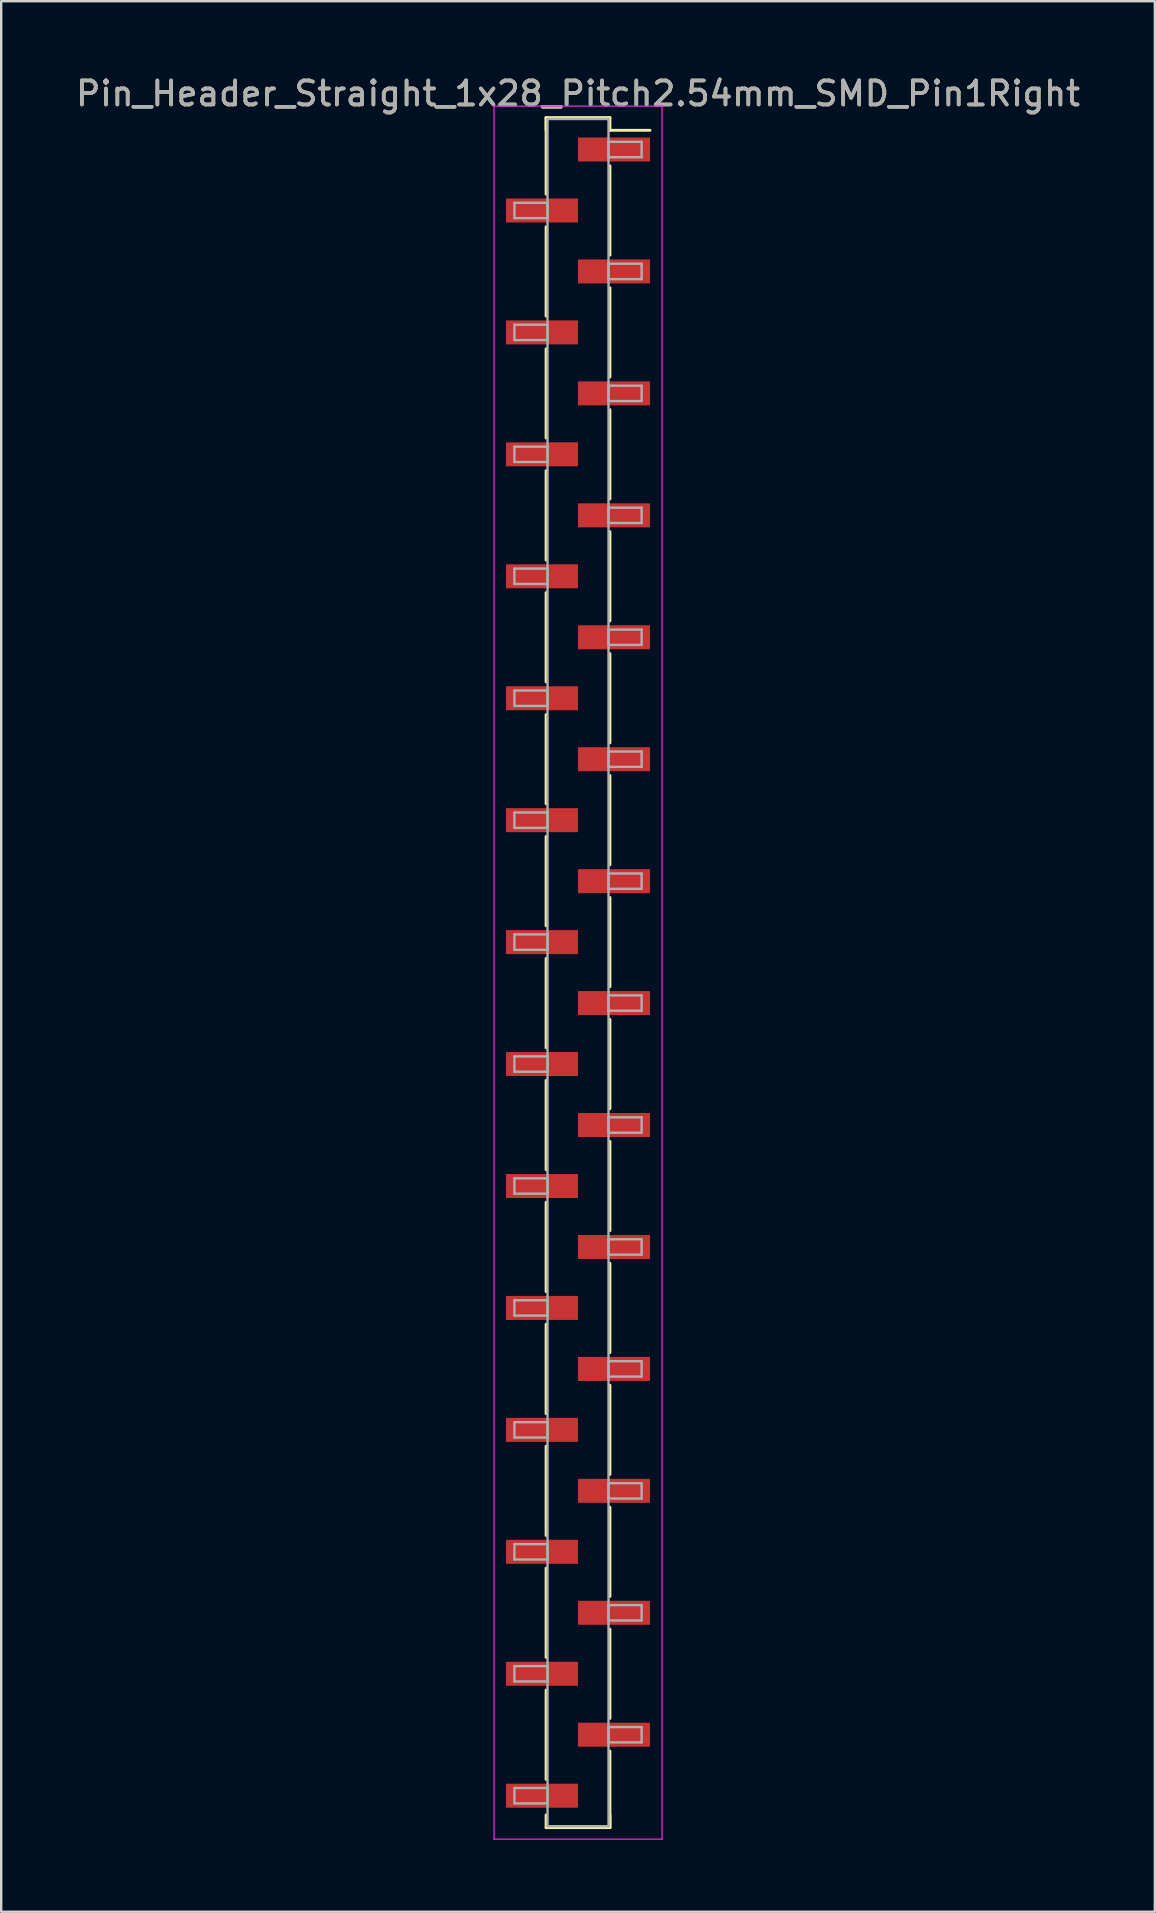
<source format=kicad_pcb>
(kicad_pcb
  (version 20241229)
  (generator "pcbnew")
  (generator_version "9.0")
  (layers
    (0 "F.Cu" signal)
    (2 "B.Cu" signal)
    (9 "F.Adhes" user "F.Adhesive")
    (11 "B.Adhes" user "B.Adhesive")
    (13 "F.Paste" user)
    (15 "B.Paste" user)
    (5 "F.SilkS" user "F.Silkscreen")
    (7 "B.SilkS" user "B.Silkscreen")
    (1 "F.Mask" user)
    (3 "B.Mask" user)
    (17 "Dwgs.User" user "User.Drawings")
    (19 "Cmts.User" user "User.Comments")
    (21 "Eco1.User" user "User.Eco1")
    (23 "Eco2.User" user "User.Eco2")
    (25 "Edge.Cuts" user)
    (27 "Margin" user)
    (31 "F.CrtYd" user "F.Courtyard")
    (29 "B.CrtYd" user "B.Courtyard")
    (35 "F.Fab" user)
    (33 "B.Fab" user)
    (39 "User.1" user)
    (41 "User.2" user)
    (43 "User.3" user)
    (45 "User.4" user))
  (footprint "Pin_Header_Straight_1x28_Pitch2.54mm_SMD_Pin1Right"
    (layer "F.Cu")
    (at 21.03 37.468)
    (property "Reference" "Pin_Header_Straight_1x28_Pitch2.54mm_SMD_Pin1Right" (at 0 -36.62 0) (layer "F.SilkS") (effects (font (size 1 1) (thickness 0.15))))
    (attr smd)
    (fp_line (start -1.33 -35.62) (end -1.33 -32.43) (stroke (width 0.12) (type solid)) (layer "F.SilkS"))
    (fp_line (start -1.33 -35.62) (end 1.33 -35.62) (stroke (width 0.12) (type solid)) (layer "F.SilkS"))
    (fp_line (start -1.33 -35.09) (end -1.33 -35.62) (stroke (width 0.12) (type solid)) (layer "F.SilkS"))
    (fp_line (start -1.33 -31.07) (end -1.33 -27.35) (stroke (width 0.12) (type solid)) (layer "F.SilkS"))
    (fp_line (start -1.33 -25.99) (end -1.33 -22.27) (stroke (width 0.12) (type solid)) (layer "F.SilkS"))
    (fp_line (start -1.33 -20.91) (end -1.33 -17.19) (stroke (width 0.12) (type solid)) (layer "F.SilkS"))
    (fp_line (start -1.33 -15.83) (end -1.33 -12.11) (stroke (width 0.12) (type solid)) (layer "F.SilkS"))
    (fp_line (start -1.33 -10.75) (end -1.33 -7.03) (stroke (width 0.12) (type solid)) (layer "F.SilkS"))
    (fp_line (start -1.33 -5.67) (end -1.33 -1.95) (stroke (width 0.12) (type solid)) (layer "F.SilkS"))
    (fp_line (start -1.33 -0.59) (end -1.33 3.13) (stroke (width 0.12) (type solid)) (layer "F.SilkS"))
    (fp_line (start -1.33 4.49) (end -1.33 8.21) (stroke (width 0.12) (type solid)) (layer "F.SilkS"))
    (fp_line (start -1.33 9.57) (end -1.33 13.29) (stroke (width 0.12) (type solid)) (layer "F.SilkS"))
    (fp_line (start -1.33 14.65) (end -1.33 18.37) (stroke (width 0.12) (type solid)) (layer "F.SilkS"))
    (fp_line (start -1.33 19.73) (end -1.33 23.45) (stroke (width 0.12) (type solid)) (layer "F.SilkS"))
    (fp_line (start -1.33 24.81) (end -1.33 28.53) (stroke (width 0.12) (type solid)) (layer "F.SilkS"))
    (fp_line (start -1.33 29.89) (end -1.33 33.61) (stroke (width 0.12) (type solid)) (layer "F.SilkS"))
    (fp_line (start -1.33 35.09) (end -1.33 35.62) (stroke (width 0.12) (type solid)) (layer "F.SilkS"))
    (fp_line (start -1.33 35.62) (end 1.33 35.62) (stroke (width 0.12) (type solid)) (layer "F.SilkS"))
    (fp_line (start 1.33 -35.62) (end 1.33 -35.09) (stroke (width 0.12) (type solid)) (layer "F.SilkS"))
    (fp_line (start 1.33 -35.09) (end 3 -35.09) (stroke (width 0.12) (type solid)) (layer "F.SilkS"))
    (fp_line (start 1.33 -33.61) (end 1.33 -29.89) (stroke (width 0.12) (type solid)) (layer "F.SilkS"))
    (fp_line (start 1.33 -28.53) (end 1.33 -24.81) (stroke (width 0.12) (type solid)) (layer "F.SilkS"))
    (fp_line (start 1.33 -23.45) (end 1.33 -19.73) (stroke (width 0.12) (type solid)) (layer "F.SilkS"))
    (fp_line (start 1.33 -18.37) (end 1.33 -14.65) (stroke (width 0.12) (type solid)) (layer "F.SilkS"))
    (fp_line (start 1.33 -13.29) (end 1.33 -9.57) (stroke (width 0.12) (type solid)) (layer "F.SilkS"))
    (fp_line (start 1.33 -8.21) (end 1.33 -4.49) (stroke (width 0.12) (type solid)) (layer "F.SilkS"))
    (fp_line (start 1.33 -3.13) (end 1.33 0.59) (stroke (width 0.12) (type solid)) (layer "F.SilkS"))
    (fp_line (start 1.33 1.95) (end 1.33 5.67) (stroke (width 0.12) (type solid)) (layer "F.SilkS"))
    (fp_line (start 1.33 7.03) (end 1.33 10.75) (stroke (width 0.12) (type solid)) (layer "F.SilkS"))
    (fp_line (start 1.33 12.11) (end 1.33 15.83) (stroke (width 0.12) (type solid)) (layer "F.SilkS"))
    (fp_line (start 1.33 17.19) (end 1.33 20.91) (stroke (width 0.12) (type solid)) (layer "F.SilkS"))
    (fp_line (start 1.33 22.27) (end 1.33 25.99) (stroke (width 0.12) (type solid)) (layer "F.SilkS"))
    (fp_line (start 1.33 27.35) (end 1.33 31.07) (stroke (width 0.12) (type solid)) (layer "F.SilkS"))
    (fp_line (start 1.33 32.43) (end 1.33 35.62) (stroke (width 0.12) (type solid)) (layer "F.SilkS"))
    (fp_line (start 1.33 35.62) (end 1.33 35.09) (stroke (width 0.12) (type solid)) (layer "F.SilkS"))
    (fp_line (start -3.5 -36.1) (end -3.5 36.1) (stroke (width 0.05) (type solid)) (layer "F.CrtYd"))
    (fp_line (start -3.5 36.1) (end 3.5 36.1) (stroke (width 0.05) (type solid)) (layer "F.CrtYd"))
    (fp_line (start 3.5 -36.1) (end -3.5 -36.1) (stroke (width 0.05) (type solid)) (layer "F.CrtYd"))
    (fp_line (start 3.5 36.1) (end 3.5 -36.1) (stroke (width 0.05) (type solid)) (layer "F.CrtYd"))
    (fp_line (start -2.65 -32.07) (end -1.27 -32.07) (stroke (width 0.1) (type solid)) (layer "F.Fab"))
    (fp_line (start -2.65 -31.43) (end -2.65 -32.07) (stroke (width 0.1) (type solid)) (layer "F.Fab"))
    (fp_line (start -2.65 -26.99) (end -1.27 -26.99) (stroke (width 0.1) (type solid)) (layer "F.Fab"))
    (fp_line (start -2.65 -26.35) (end -2.65 -26.99) (stroke (width 0.1) (type solid)) (layer "F.Fab"))
    (fp_line (start -2.65 -21.91) (end -1.27 -21.91) (stroke (width 0.1) (type solid)) (layer "F.Fab"))
    (fp_line (start -2.65 -21.27) (end -2.65 -21.91) (stroke (width 0.1) (type solid)) (layer "F.Fab"))
    (fp_line (start -2.65 -16.83) (end -1.27 -16.83) (stroke (width 0.1) (type solid)) (layer "F.Fab"))
    (fp_line (start -2.65 -16.19) (end -2.65 -16.83) (stroke (width 0.1) (type solid)) (layer "F.Fab"))
    (fp_line (start -2.65 -11.75) (end -1.27 -11.75) (stroke (width 0.1) (type solid)) (layer "F.Fab"))
    (fp_line (start -2.65 -11.11) (end -2.65 -11.75) (stroke (width 0.1) (type solid)) (layer "F.Fab"))
    (fp_line (start -2.65 -6.67) (end -1.27 -6.67) (stroke (width 0.1) (type solid)) (layer "F.Fab"))
    (fp_line (start -2.65 -6.03) (end -2.65 -6.67) (stroke (width 0.1) (type solid)) (layer "F.Fab"))
    (fp_line (start -2.65 -1.59) (end -1.27 -1.59) (stroke (width 0.1) (type solid)) (layer "F.Fab"))
    (fp_line (start -2.65 -0.95) (end -2.65 -1.59) (stroke (width 0.1) (type solid)) (layer "F.Fab"))
    (fp_line (start -2.65 3.49) (end -1.27 3.49) (stroke (width 0.1) (type solid)) (layer "F.Fab"))
    (fp_line (start -2.65 4.13) (end -2.65 3.49) (stroke (width 0.1) (type solid)) (layer "F.Fab"))
    (fp_line (start -2.65 8.57) (end -1.27 8.57) (stroke (width 0.1) (type solid)) (layer "F.Fab"))
    (fp_line (start -2.65 9.21) (end -2.65 8.57) (stroke (width 0.1) (type solid)) (layer "F.Fab"))
    (fp_line (start -2.65 13.65) (end -1.27 13.65) (stroke (width 0.1) (type solid)) (layer "F.Fab"))
    (fp_line (start -2.65 14.29) (end -2.65 13.65) (stroke (width 0.1) (type solid)) (layer "F.Fab"))
    (fp_line (start -2.65 18.73) (end -1.27 18.73) (stroke (width 0.1) (type solid)) (layer "F.Fab"))
    (fp_line (start -2.65 19.37) (end -2.65 18.73) (stroke (width 0.1) (type solid)) (layer "F.Fab"))
    (fp_line (start -2.65 23.81) (end -1.27 23.81) (stroke (width 0.1) (type solid)) (layer "F.Fab"))
    (fp_line (start -2.65 24.45) (end -2.65 23.81) (stroke (width 0.1) (type solid)) (layer "F.Fab"))
    (fp_line (start -2.65 28.89) (end -1.27 28.89) (stroke (width 0.1) (type solid)) (layer "F.Fab"))
    (fp_line (start -2.65 29.53) (end -2.65 28.89) (stroke (width 0.1) (type solid)) (layer "F.Fab"))
    (fp_line (start -2.65 33.97) (end -1.27 33.97) (stroke (width 0.1) (type solid)) (layer "F.Fab"))
    (fp_line (start -2.65 34.61) (end -2.65 33.97) (stroke (width 0.1) (type solid)) (layer "F.Fab"))
    (fp_line (start -1.27 -35.56) (end -1.27 35.56) (stroke (width 0.1) (type solid)) (layer "F.Fab"))
    (fp_line (start -1.27 -32.07) (end -1.27 -31.43) (stroke (width 0.1) (type solid)) (layer "F.Fab"))
    (fp_line (start -1.27 -31.43) (end -2.65 -31.43) (stroke (width 0.1) (type solid)) (layer "F.Fab"))
    (fp_line (start -1.27 -26.99) (end -1.27 -26.35) (stroke (width 0.1) (type solid)) (layer "F.Fab"))
    (fp_line (start -1.27 -26.35) (end -2.65 -26.35) (stroke (width 0.1) (type solid)) (layer "F.Fab"))
    (fp_line (start -1.27 -21.91) (end -1.27 -21.27) (stroke (width 0.1) (type solid)) (layer "F.Fab"))
    (fp_line (start -1.27 -21.27) (end -2.65 -21.27) (stroke (width 0.1) (type solid)) (layer "F.Fab"))
    (fp_line (start -1.27 -16.83) (end -1.27 -16.19) (stroke (width 0.1) (type solid)) (layer "F.Fab"))
    (fp_line (start -1.27 -16.19) (end -2.65 -16.19) (stroke (width 0.1) (type solid)) (layer "F.Fab"))
    (fp_line (start -1.27 -11.75) (end -1.27 -11.11) (stroke (width 0.1) (type solid)) (layer "F.Fab"))
    (fp_line (start -1.27 -11.11) (end -2.65 -11.11) (stroke (width 0.1) (type solid)) (layer "F.Fab"))
    (fp_line (start -1.27 -6.67) (end -1.27 -6.03) (stroke (width 0.1) (type solid)) (layer "F.Fab"))
    (fp_line (start -1.27 -6.03) (end -2.65 -6.03) (stroke (width 0.1) (type solid)) (layer "F.Fab"))
    (fp_line (start -1.27 -1.59) (end -1.27 -0.95) (stroke (width 0.1) (type solid)) (layer "F.Fab"))
    (fp_line (start -1.27 -0.95) (end -2.65 -0.95) (stroke (width 0.1) (type solid)) (layer "F.Fab"))
    (fp_line (start -1.27 3.49) (end -1.27 4.13) (stroke (width 0.1) (type solid)) (layer "F.Fab"))
    (fp_line (start -1.27 4.13) (end -2.65 4.13) (stroke (width 0.1) (type solid)) (layer "F.Fab"))
    (fp_line (start -1.27 8.57) (end -1.27 9.21) (stroke (width 0.1) (type solid)) (layer "F.Fab"))
    (fp_line (start -1.27 9.21) (end -2.65 9.21) (stroke (width 0.1) (type solid)) (layer "F.Fab"))
    (fp_line (start -1.27 13.65) (end -1.27 14.29) (stroke (width 0.1) (type solid)) (layer "F.Fab"))
    (fp_line (start -1.27 14.29) (end -2.65 14.29) (stroke (width 0.1) (type solid)) (layer "F.Fab"))
    (fp_line (start -1.27 18.73) (end -1.27 19.37) (stroke (width 0.1) (type solid)) (layer "F.Fab"))
    (fp_line (start -1.27 19.37) (end -2.65 19.37) (stroke (width 0.1) (type solid)) (layer "F.Fab"))
    (fp_line (start -1.27 23.81) (end -1.27 24.45) (stroke (width 0.1) (type solid)) (layer "F.Fab"))
    (fp_line (start -1.27 24.45) (end -2.65 24.45) (stroke (width 0.1) (type solid)) (layer "F.Fab"))
    (fp_line (start -1.27 28.89) (end -1.27 29.53) (stroke (width 0.1) (type solid)) (layer "F.Fab"))
    (fp_line (start -1.27 29.53) (end -2.65 29.53) (stroke (width 0.1) (type solid)) (layer "F.Fab"))
    (fp_line (start -1.27 33.97) (end -1.27 34.61) (stroke (width 0.1) (type solid)) (layer "F.Fab"))
    (fp_line (start -1.27 34.61) (end -2.65 34.61) (stroke (width 0.1) (type solid)) (layer "F.Fab"))
    (fp_line (start -1.27 35.56) (end 1.27 35.56) (stroke (width 0.1) (type solid)) (layer "F.Fab"))
    (fp_line (start 1.27 -35.56) (end -1.27 -35.56) (stroke (width 0.1) (type solid)) (layer "F.Fab"))
    (fp_line (start 1.27 -34.61) (end 1.27 -33.97) (stroke (width 0.1) (type solid)) (layer "F.Fab"))
    (fp_line (start 1.27 -33.97) (end 2.65 -33.97) (stroke (width 0.1) (type solid)) (layer "F.Fab"))
    (fp_line (start 1.27 -29.53) (end 1.27 -28.89) (stroke (width 0.1) (type solid)) (layer "F.Fab"))
    (fp_line (start 1.27 -28.89) (end 2.65 -28.89) (stroke (width 0.1) (type solid)) (layer "F.Fab"))
    (fp_line (start 1.27 -24.45) (end 1.27 -23.81) (stroke (width 0.1) (type solid)) (layer "F.Fab"))
    (fp_line (start 1.27 -23.81) (end 2.65 -23.81) (stroke (width 0.1) (type solid)) (layer "F.Fab"))
    (fp_line (start 1.27 -19.37) (end 1.27 -18.73) (stroke (width 0.1) (type solid)) (layer "F.Fab"))
    (fp_line (start 1.27 -18.73) (end 2.65 -18.73) (stroke (width 0.1) (type solid)) (layer "F.Fab"))
    (fp_line (start 1.27 -14.29) (end 1.27 -13.65) (stroke (width 0.1) (type solid)) (layer "F.Fab"))
    (fp_line (start 1.27 -13.65) (end 2.65 -13.65) (stroke (width 0.1) (type solid)) (layer "F.Fab"))
    (fp_line (start 1.27 -9.21) (end 1.27 -8.57) (stroke (width 0.1) (type solid)) (layer "F.Fab"))
    (fp_line (start 1.27 -8.57) (end 2.65 -8.57) (stroke (width 0.1) (type solid)) (layer "F.Fab"))
    (fp_line (start 1.27 -4.13) (end 1.27 -3.49) (stroke (width 0.1) (type solid)) (layer "F.Fab"))
    (fp_line (start 1.27 -3.49) (end 2.65 -3.49) (stroke (width 0.1) (type solid)) (layer "F.Fab"))
    (fp_line (start 1.27 0.95) (end 1.27 1.59) (stroke (width 0.1) (type solid)) (layer "F.Fab"))
    (fp_line (start 1.27 1.59) (end 2.65 1.59) (stroke (width 0.1) (type solid)) (layer "F.Fab"))
    (fp_line (start 1.27 6.03) (end 1.27 6.67) (stroke (width 0.1) (type solid)) (layer "F.Fab"))
    (fp_line (start 1.27 6.67) (end 2.65 6.67) (stroke (width 0.1) (type solid)) (layer "F.Fab"))
    (fp_line (start 1.27 11.11) (end 1.27 11.75) (stroke (width 0.1) (type solid)) (layer "F.Fab"))
    (fp_line (start 1.27 11.75) (end 2.65 11.75) (stroke (width 0.1) (type solid)) (layer "F.Fab"))
    (fp_line (start 1.27 16.19) (end 1.27 16.83) (stroke (width 0.1) (type solid)) (layer "F.Fab"))
    (fp_line (start 1.27 16.83) (end 2.65 16.83) (stroke (width 0.1) (type solid)) (layer "F.Fab"))
    (fp_line (start 1.27 21.27) (end 1.27 21.91) (stroke (width 0.1) (type solid)) (layer "F.Fab"))
    (fp_line (start 1.27 21.91) (end 2.65 21.91) (stroke (width 0.1) (type solid)) (layer "F.Fab"))
    (fp_line (start 1.27 26.35) (end 1.27 26.99) (stroke (width 0.1) (type solid)) (layer "F.Fab"))
    (fp_line (start 1.27 26.99) (end 2.65 26.99) (stroke (width 0.1) (type solid)) (layer "F.Fab"))
    (fp_line (start 1.27 31.43) (end 1.27 32.07) (stroke (width 0.1) (type solid)) (layer "F.Fab"))
    (fp_line (start 1.27 32.07) (end 2.65 32.07) (stroke (width 0.1) (type solid)) (layer "F.Fab"))
    (fp_line (start 1.27 35.56) (end 1.27 -35.56) (stroke (width 0.1) (type solid)) (layer "F.Fab"))
    (fp_line (start 2.65 -34.61) (end 1.27 -34.61) (stroke (width 0.1) (type solid)) (layer "F.Fab"))
    (fp_line (start 2.65 -33.97) (end 2.65 -34.61) (stroke (width 0.1) (type solid)) (layer "F.Fab"))
    (fp_line (start 2.65 -29.53) (end 1.27 -29.53) (stroke (width 0.1) (type solid)) (layer "F.Fab"))
    (fp_line (start 2.65 -28.89) (end 2.65 -29.53) (stroke (width 0.1) (type solid)) (layer "F.Fab"))
    (fp_line (start 2.65 -24.45) (end 1.27 -24.45) (stroke (width 0.1) (type solid)) (layer "F.Fab"))
    (fp_line (start 2.65 -23.81) (end 2.65 -24.45) (stroke (width 0.1) (type solid)) (layer "F.Fab"))
    (fp_line (start 2.65 -19.37) (end 1.27 -19.37) (stroke (width 0.1) (type solid)) (layer "F.Fab"))
    (fp_line (start 2.65 -18.73) (end 2.65 -19.37) (stroke (width 0.1) (type solid)) (layer "F.Fab"))
    (fp_line (start 2.65 -14.29) (end 1.27 -14.29) (stroke (width 0.1) (type solid)) (layer "F.Fab"))
    (fp_line (start 2.65 -13.65) (end 2.65 -14.29) (stroke (width 0.1) (type solid)) (layer "F.Fab"))
    (fp_line (start 2.65 -9.21) (end 1.27 -9.21) (stroke (width 0.1) (type solid)) (layer "F.Fab"))
    (fp_line (start 2.65 -8.57) (end 2.65 -9.21) (stroke (width 0.1) (type solid)) (layer "F.Fab"))
    (fp_line (start 2.65 -4.13) (end 1.27 -4.13) (stroke (width 0.1) (type solid)) (layer "F.Fab"))
    (fp_line (start 2.65 -3.49) (end 2.65 -4.13) (stroke (width 0.1) (type solid)) (layer "F.Fab"))
    (fp_line (start 2.65 0.95) (end 1.27 0.95) (stroke (width 0.1) (type solid)) (layer "F.Fab"))
    (fp_line (start 2.65 1.59) (end 2.65 0.95) (stroke (width 0.1) (type solid)) (layer "F.Fab"))
    (fp_line (start 2.65 6.03) (end 1.27 6.03) (stroke (width 0.1) (type solid)) (layer "F.Fab"))
    (fp_line (start 2.65 6.67) (end 2.65 6.03) (stroke (width 0.1) (type solid)) (layer "F.Fab"))
    (fp_line (start 2.65 11.11) (end 1.27 11.11) (stroke (width 0.1) (type solid)) (layer "F.Fab"))
    (fp_line (start 2.65 11.75) (end 2.65 11.11) (stroke (width 0.1) (type solid)) (layer "F.Fab"))
    (fp_line (start 2.65 16.19) (end 1.27 16.19) (stroke (width 0.1) (type solid)) (layer "F.Fab"))
    (fp_line (start 2.65 16.83) (end 2.65 16.19) (stroke (width 0.1) (type solid)) (layer "F.Fab"))
    (fp_line (start 2.65 21.27) (end 1.27 21.27) (stroke (width 0.1) (type solid)) (layer "F.Fab"))
    (fp_line (start 2.65 21.91) (end 2.65 21.27) (stroke (width 0.1) (type solid)) (layer "F.Fab"))
    (fp_line (start 2.65 26.35) (end 1.27 26.35) (stroke (width 0.1) (type solid)) (layer "F.Fab"))
    (fp_line (start 2.65 26.99) (end 2.65 26.35) (stroke (width 0.1) (type solid)) (layer "F.Fab"))
    (fp_line (start 2.65 31.43) (end 1.27 31.43) (stroke (width 0.1) (type solid)) (layer "F.Fab"))
    (fp_line (start 2.65 32.07) (end 2.65 31.43) (stroke (width 0.1) (type solid)) (layer "F.Fab"))
    (fp_text user "${REFERENCE}" (at 0 -36.62 0) (layer "F.Fab") (effects (font (size 1 1) (thickness 0.15))))
    (pad "1" smd rect (at 1.5 -34.29) (size 3 1) (layers "F.Cu" "F.Mask" "F.Paste"))
    (pad "2" smd rect (at -1.5 -31.75) (size 3 1) (layers "F.Cu" "F.Mask" "F.Paste"))
    (pad "3" smd rect (at 1.5 -29.21) (size 3 1) (layers "F.Cu" "F.Mask" "F.Paste"))
    (pad "4" smd rect (at -1.5 -26.67) (size 3 1) (layers "F.Cu" "F.Mask" "F.Paste"))
    (pad "5" smd rect (at 1.5 -24.13) (size 3 1) (layers "F.Cu" "F.Mask" "F.Paste"))
    (pad "6" smd rect (at -1.5 -21.59) (size 3 1) (layers "F.Cu" "F.Mask" "F.Paste"))
    (pad "7" smd rect (at 1.5 -19.05) (size 3 1) (layers "F.Cu" "F.Mask" "F.Paste"))
    (pad "8" smd rect (at -1.5 -16.51) (size 3 1) (layers "F.Cu" "F.Mask" "F.Paste"))
    (pad "9" smd rect (at 1.5 -13.97) (size 3 1) (layers "F.Cu" "F.Mask" "F.Paste"))
    (pad "10" smd rect (at -1.5 -11.43) (size 3 1) (layers "F.Cu" "F.Mask" "F.Paste"))
    (pad "11" smd rect (at 1.5 -8.89) (size 3 1) (layers "F.Cu" "F.Mask" "F.Paste"))
    (pad "12" smd rect (at -1.5 -6.35) (size 3 1) (layers "F.Cu" "F.Mask" "F.Paste"))
    (pad "13" smd rect (at 1.5 -3.81) (size 3 1) (layers "F.Cu" "F.Mask" "F.Paste"))
    (pad "14" smd rect (at -1.5 -1.27) (size 3 1) (layers "F.Cu" "F.Mask" "F.Paste"))
    (pad "15" smd rect (at 1.5 1.27) (size 3 1) (layers "F.Cu" "F.Mask" "F.Paste"))
    (pad "16" smd rect (at -1.5 3.81) (size 3 1) (layers "F.Cu" "F.Mask" "F.Paste"))
    (pad "17" smd rect (at 1.5 6.35) (size 3 1) (layers "F.Cu" "F.Mask" "F.Paste"))
    (pad "18" smd rect (at -1.5 8.89) (size 3 1) (layers "F.Cu" "F.Mask" "F.Paste"))
    (pad "19" smd rect (at 1.5 11.43) (size 3 1) (layers "F.Cu" "F.Mask" "F.Paste"))
    (pad "20" smd rect (at -1.5 13.97) (size 3 1) (layers "F.Cu" "F.Mask" "F.Paste"))
    (pad "21" smd rect (at 1.5 16.51) (size 3 1) (layers "F.Cu" "F.Mask" "F.Paste"))
    (pad "22" smd rect (at -1.5 19.05) (size 3 1) (layers "F.Cu" "F.Mask" "F.Paste"))
    (pad "23" smd rect (at 1.5 21.59) (size 3 1) (layers "F.Cu" "F.Mask" "F.Paste"))
    (pad "24" smd rect (at -1.5 24.13) (size 3 1) (layers "F.Cu" "F.Mask" "F.Paste"))
    (pad "25" smd rect (at 1.5 26.67) (size 3 1) (layers "F.Cu" "F.Mask" "F.Paste"))
    (pad "26" smd rect (at -1.5 29.21) (size 3 1) (layers "F.Cu" "F.Mask" "F.Paste"))
    (pad "27" smd rect (at 1.5 31.75) (size 3 1) (layers "F.Cu" "F.Mask" "F.Paste"))
    (pad "28" smd rect (at -1.5 34.29) (size 3 1) (layers "F.Cu" "F.Mask" "F.Paste")))
  (gr_rect
    (start -3 -3)
    (end 45.06 76.593)
    (stroke (width 0.1) (type default))
    (fill no)
    (layer "Edge.Cuts")))
</source>
